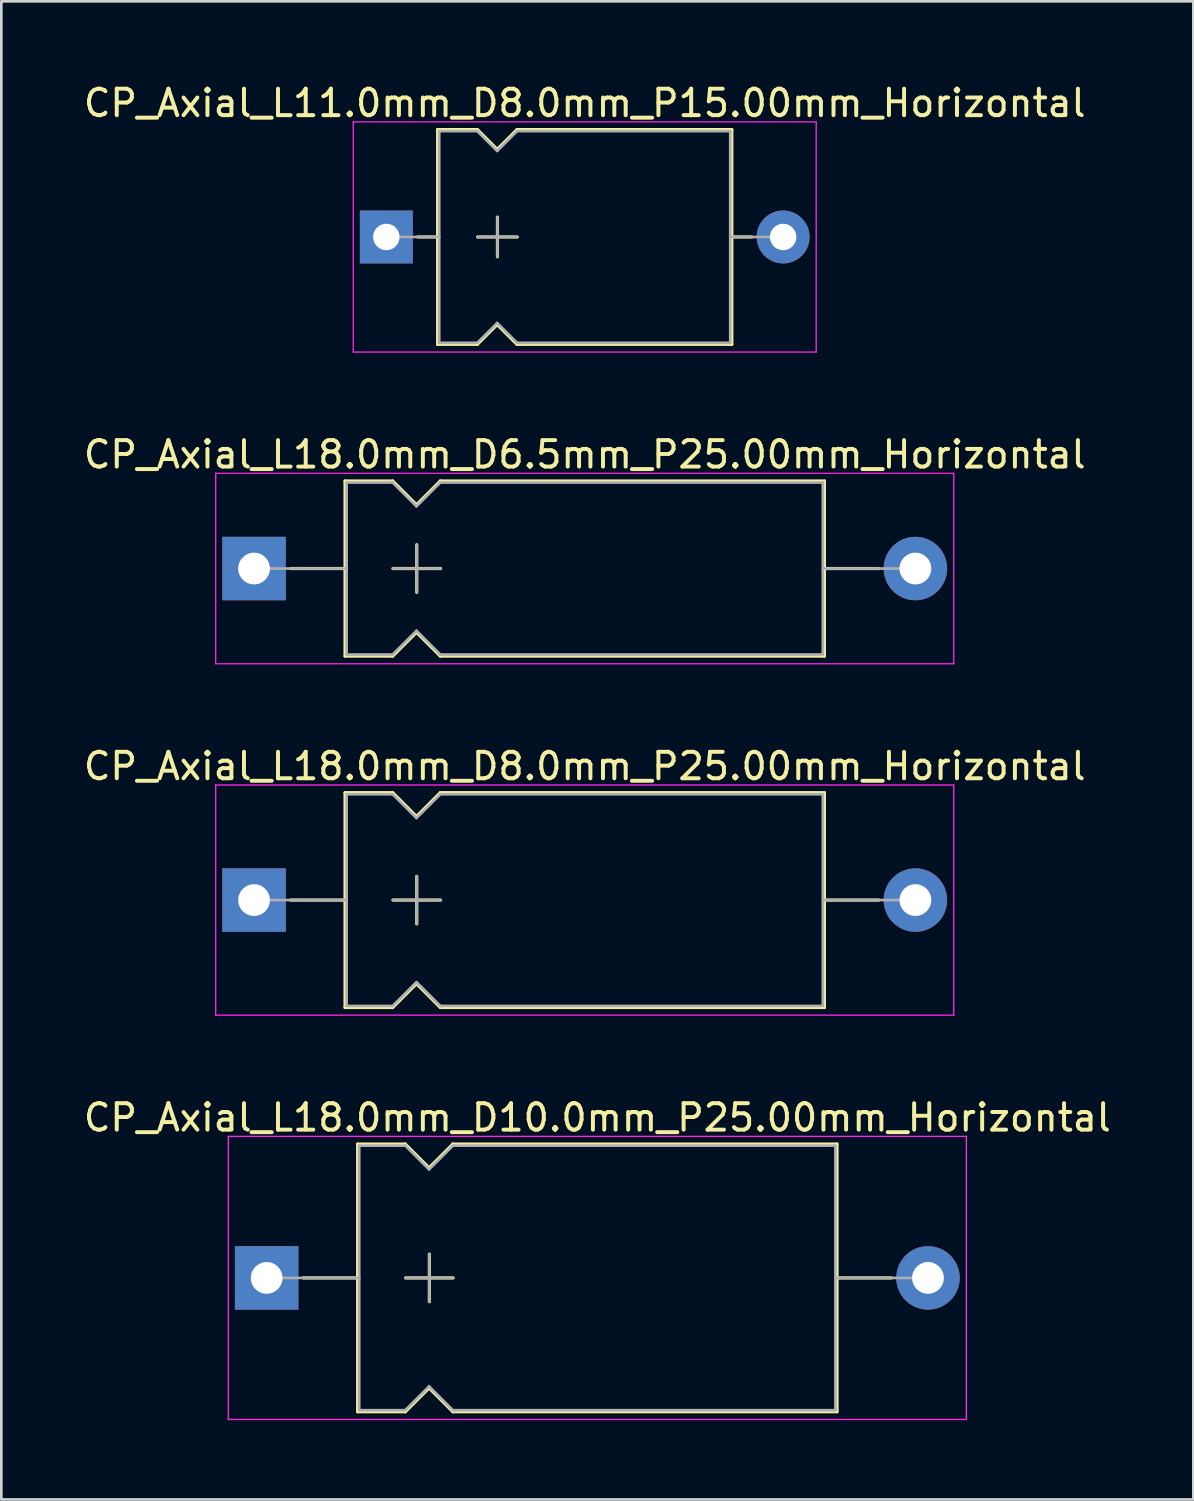
<source format=kicad_pcb>
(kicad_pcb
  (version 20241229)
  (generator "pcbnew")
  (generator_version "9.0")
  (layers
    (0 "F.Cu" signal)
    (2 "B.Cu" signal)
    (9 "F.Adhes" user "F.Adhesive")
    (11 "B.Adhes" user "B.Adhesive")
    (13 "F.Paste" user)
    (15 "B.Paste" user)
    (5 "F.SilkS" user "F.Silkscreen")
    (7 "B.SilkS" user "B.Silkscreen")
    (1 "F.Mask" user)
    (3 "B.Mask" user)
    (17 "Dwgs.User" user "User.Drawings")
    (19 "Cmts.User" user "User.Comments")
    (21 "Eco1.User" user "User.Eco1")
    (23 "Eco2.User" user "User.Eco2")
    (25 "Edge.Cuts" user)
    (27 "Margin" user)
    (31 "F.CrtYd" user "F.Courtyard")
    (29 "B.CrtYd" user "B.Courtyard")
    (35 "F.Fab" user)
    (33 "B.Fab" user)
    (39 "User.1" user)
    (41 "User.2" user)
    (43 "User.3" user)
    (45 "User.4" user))
  (footprint "CP_Axial_L18.0mm_D6.5mm_P25.00mm_Horizontal"
    (layer "F.Cu")
    (at 6.554 18.442)
    (property "Reference" "CP_Axial_L18.0mm_D6.5mm_P25.00mm_Horizontal" (at 12.5 -4.31 0) (layer "F.SilkS") (effects (font (size 1 1) (thickness 0.15))))
    (attr through_hole)
    (fp_line (start 1.38 0) (end 3.44 0) (stroke (width 0.12) (type solid)) (layer "F.SilkS"))
    (fp_line (start 3.44 -3.31) (end 3.44 3.31) (stroke (width 0.12) (type solid)) (layer "F.SilkS"))
    (fp_line (start 3.44 -3.31) (end 5.24 -3.31) (stroke (width 0.12) (type solid)) (layer "F.SilkS"))
    (fp_line (start 3.44 3.31) (end 5.24 3.31) (stroke (width 0.12) (type solid)) (layer "F.SilkS"))
    (fp_line (start 5.24 -3.31) (end 6.14 -2.41) (stroke (width 0.12) (type solid)) (layer "F.SilkS"))
    (fp_line (start 5.24 3.31) (end 6.14 2.41) (stroke (width 0.12) (type solid)) (layer "F.SilkS"))
    (fp_line (start 5.25 0) (end 7.05 0) (stroke (width 0.12) (type solid)) (layer "F.SilkS"))
    (fp_line (start 6.14 -2.41) (end 7.04 -3.31) (stroke (width 0.12) (type solid)) (layer "F.SilkS"))
    (fp_line (start 6.14 2.41) (end 7.04 3.31) (stroke (width 0.12) (type solid)) (layer "F.SilkS"))
    (fp_line (start 6.15 -0.9) (end 6.15 0.9) (stroke (width 0.12) (type solid)) (layer "F.SilkS"))
    (fp_line (start 7.04 -3.31) (end 21.56 -3.31) (stroke (width 0.12) (type solid)) (layer "F.SilkS"))
    (fp_line (start 7.04 3.31) (end 21.56 3.31) (stroke (width 0.12) (type solid)) (layer "F.SilkS"))
    (fp_line (start 21.56 -3.31) (end 21.56 3.31) (stroke (width 0.12) (type solid)) (layer "F.SilkS"))
    (fp_line (start 23.62 0) (end 21.56 0) (stroke (width 0.12) (type solid)) (layer "F.SilkS"))
    (fp_line (start -1.45 -3.6) (end -1.45 3.6) (stroke (width 0.05) (type solid)) (layer "F.CrtYd"))
    (fp_line (start -1.45 3.6) (end 26.45 3.6) (stroke (width 0.05) (type solid)) (layer "F.CrtYd"))
    (fp_line (start 26.45 -3.6) (end -1.45 -3.6) (stroke (width 0.05) (type solid)) (layer "F.CrtYd"))
    (fp_line (start 26.45 3.6) (end 26.45 -3.6) (stroke (width 0.05) (type solid)) (layer "F.CrtYd"))
    (fp_line (start 0 0) (end 3.5 0) (stroke (width 0.1) (type solid)) (layer "F.Fab"))
    (fp_line (start 3.5 -3.25) (end 3.5 3.25) (stroke (width 0.1) (type solid)) (layer "F.Fab"))
    (fp_line (start 3.5 -3.25) (end 5.24 -3.25) (stroke (width 0.1) (type solid)) (layer "F.Fab"))
    (fp_line (start 3.5 3.25) (end 5.24 3.25) (stroke (width 0.1) (type solid)) (layer "F.Fab"))
    (fp_line (start 5.24 -3.25) (end 6.14 -2.35) (stroke (width 0.1) (type solid)) (layer "F.Fab"))
    (fp_line (start 5.24 3.25) (end 6.14 2.35) (stroke (width 0.1) (type solid)) (layer "F.Fab"))
    (fp_line (start 5.25 0) (end 7.05 0) (stroke (width 0.1) (type solid)) (layer "F.Fab"))
    (fp_line (start 6.14 -2.35) (end 7.04 -3.25) (stroke (width 0.1) (type solid)) (layer "F.Fab"))
    (fp_line (start 6.14 2.35) (end 7.04 3.25) (stroke (width 0.1) (type solid)) (layer "F.Fab"))
    (fp_line (start 6.15 -0.9) (end 6.15 0.9) (stroke (width 0.1) (type solid)) (layer "F.Fab"))
    (fp_line (start 7.04 -3.25) (end 21.5 -3.25) (stroke (width 0.1) (type solid)) (layer "F.Fab"))
    (fp_line (start 7.04 3.25) (end 21.5 3.25) (stroke (width 0.1) (type solid)) (layer "F.Fab"))
    (fp_line (start 21.5 -3.25) (end 21.5 3.25) (stroke (width 0.1) (type solid)) (layer "F.Fab"))
    (fp_line (start 25 0) (end 21.5 0) (stroke (width 0.1) (type solid)) (layer "F.Fab"))
    (pad "1" thru_hole rect (at 0 0) (size 2.4 2.4) (drill 1.2) (layers "*.Cu" "*.Mask"))
    (pad "2" thru_hole oval (at 25 0) (size 2.4 2.4) (drill 1.2) (layers "*.Cu" "*.Mask")))
  (footprint "CP_Axial_L18.0mm_D8.0mm_P25.00mm_Horizontal"
    (layer "F.Cu")
    (at 6.554 30.975)
    (property "Reference" "CP_Axial_L18.0mm_D8.0mm_P25.00mm_Horizontal" (at 12.5 -5.06 0) (layer "F.SilkS") (effects (font (size 1 1) (thickness 0.15))))
    (attr through_hole)
    (fp_line (start 1.38 0) (end 3.44 0) (stroke (width 0.12) (type solid)) (layer "F.SilkS"))
    (fp_line (start 3.44 -4.06) (end 3.44 4.06) (stroke (width 0.12) (type solid)) (layer "F.SilkS"))
    (fp_line (start 3.44 -4.06) (end 5.24 -4.06) (stroke (width 0.12) (type solid)) (layer "F.SilkS"))
    (fp_line (start 3.44 4.06) (end 5.24 4.06) (stroke (width 0.12) (type solid)) (layer "F.SilkS"))
    (fp_line (start 5.24 -4.06) (end 6.14 -3.16) (stroke (width 0.12) (type solid)) (layer "F.SilkS"))
    (fp_line (start 5.24 4.06) (end 6.14 3.16) (stroke (width 0.12) (type solid)) (layer "F.SilkS"))
    (fp_line (start 5.25 0) (end 7.05 0) (stroke (width 0.12) (type solid)) (layer "F.SilkS"))
    (fp_line (start 6.14 -3.16) (end 7.04 -4.06) (stroke (width 0.12) (type solid)) (layer "F.SilkS"))
    (fp_line (start 6.14 3.16) (end 7.04 4.06) (stroke (width 0.12) (type solid)) (layer "F.SilkS"))
    (fp_line (start 6.15 -0.9) (end 6.15 0.9) (stroke (width 0.12) (type solid)) (layer "F.SilkS"))
    (fp_line (start 7.04 -4.06) (end 21.56 -4.06) (stroke (width 0.12) (type solid)) (layer "F.SilkS"))
    (fp_line (start 7.04 4.06) (end 21.56 4.06) (stroke (width 0.12) (type solid)) (layer "F.SilkS"))
    (fp_line (start 21.56 -4.06) (end 21.56 4.06) (stroke (width 0.12) (type solid)) (layer "F.SilkS"))
    (fp_line (start 23.62 0) (end 21.56 0) (stroke (width 0.12) (type solid)) (layer "F.SilkS"))
    (fp_line (start -1.45 -4.35) (end -1.45 4.35) (stroke (width 0.05) (type solid)) (layer "F.CrtYd"))
    (fp_line (start -1.45 4.35) (end 26.45 4.35) (stroke (width 0.05) (type solid)) (layer "F.CrtYd"))
    (fp_line (start 26.45 -4.35) (end -1.45 -4.35) (stroke (width 0.05) (type solid)) (layer "F.CrtYd"))
    (fp_line (start 26.45 4.35) (end 26.45 -4.35) (stroke (width 0.05) (type solid)) (layer "F.CrtYd"))
    (fp_line (start 0 0) (end 3.5 0) (stroke (width 0.1) (type solid)) (layer "F.Fab"))
    (fp_line (start 3.5 -4) (end 3.5 4) (stroke (width 0.1) (type solid)) (layer "F.Fab"))
    (fp_line (start 3.5 -4) (end 5.24 -4) (stroke (width 0.1) (type solid)) (layer "F.Fab"))
    (fp_line (start 3.5 4) (end 5.24 4) (stroke (width 0.1) (type solid)) (layer "F.Fab"))
    (fp_line (start 5.24 -4) (end 6.14 -3.1) (stroke (width 0.1) (type solid)) (layer "F.Fab"))
    (fp_line (start 5.24 4) (end 6.14 3.1) (stroke (width 0.1) (type solid)) (layer "F.Fab"))
    (fp_line (start 5.25 0) (end 7.05 0) (stroke (width 0.1) (type solid)) (layer "F.Fab"))
    (fp_line (start 6.14 -3.1) (end 7.04 -4) (stroke (width 0.1) (type solid)) (layer "F.Fab"))
    (fp_line (start 6.14 3.1) (end 7.04 4) (stroke (width 0.1) (type solid)) (layer "F.Fab"))
    (fp_line (start 6.15 -0.9) (end 6.15 0.9) (stroke (width 0.1) (type solid)) (layer "F.Fab"))
    (fp_line (start 7.04 -4) (end 21.5 -4) (stroke (width 0.1) (type solid)) (layer "F.Fab"))
    (fp_line (start 7.04 4) (end 21.5 4) (stroke (width 0.1) (type solid)) (layer "F.Fab"))
    (fp_line (start 21.5 -4) (end 21.5 4) (stroke (width 0.1) (type solid)) (layer "F.Fab"))
    (fp_line (start 25 0) (end 21.5 0) (stroke (width 0.1) (type solid)) (layer "F.Fab"))
    (pad "1" thru_hole rect (at 0 0) (size 2.4 2.4) (drill 1.2) (layers "*.Cu" "*.Mask"))
    (pad "2" thru_hole oval (at 25 0) (size 2.4 2.4) (drill 1.2) (layers "*.Cu" "*.Mask")))
  (footprint "CP_Axial_L18.0mm_D10.0mm_P25.00mm_Horizontal"
    (layer "F.Cu")
    (at 7.03 45.258)
    (property "Reference" "CP_Axial_L18.0mm_D10.0mm_P25.00mm_Horizontal" (at 12.5 -6.06 0) (layer "F.SilkS") (effects (font (size 1 1) (thickness 0.15))))
    (attr through_hole)
    (fp_line (start 1.38 0) (end 3.44 0) (stroke (width 0.12) (type solid)) (layer "F.SilkS"))
    (fp_line (start 3.44 -5.06) (end 3.44 5.06) (stroke (width 0.12) (type solid)) (layer "F.SilkS"))
    (fp_line (start 3.44 -5.06) (end 5.24 -5.06) (stroke (width 0.12) (type solid)) (layer "F.SilkS"))
    (fp_line (start 3.44 5.06) (end 5.24 5.06) (stroke (width 0.12) (type solid)) (layer "F.SilkS"))
    (fp_line (start 5.24 -5.06) (end 6.14 -4.16) (stroke (width 0.12) (type solid)) (layer "F.SilkS"))
    (fp_line (start 5.24 5.06) (end 6.14 4.16) (stroke (width 0.12) (type solid)) (layer "F.SilkS"))
    (fp_line (start 5.25 0) (end 7.05 0) (stroke (width 0.12) (type solid)) (layer "F.SilkS"))
    (fp_line (start 6.14 -4.16) (end 7.04 -5.06) (stroke (width 0.12) (type solid)) (layer "F.SilkS"))
    (fp_line (start 6.14 4.16) (end 7.04 5.06) (stroke (width 0.12) (type solid)) (layer "F.SilkS"))
    (fp_line (start 6.15 -0.9) (end 6.15 0.9) (stroke (width 0.12) (type solid)) (layer "F.SilkS"))
    (fp_line (start 7.04 -5.06) (end 21.56 -5.06) (stroke (width 0.12) (type solid)) (layer "F.SilkS"))
    (fp_line (start 7.04 5.06) (end 21.56 5.06) (stroke (width 0.12) (type solid)) (layer "F.SilkS"))
    (fp_line (start 21.56 -5.06) (end 21.56 5.06) (stroke (width 0.12) (type solid)) (layer "F.SilkS"))
    (fp_line (start 23.62 0) (end 21.56 0) (stroke (width 0.12) (type solid)) (layer "F.SilkS"))
    (fp_line (start -1.45 -5.35) (end -1.45 5.35) (stroke (width 0.05) (type solid)) (layer "F.CrtYd"))
    (fp_line (start -1.45 5.35) (end 26.45 5.35) (stroke (width 0.05) (type solid)) (layer "F.CrtYd"))
    (fp_line (start 26.45 -5.35) (end -1.45 -5.35) (stroke (width 0.05) (type solid)) (layer "F.CrtYd"))
    (fp_line (start 26.45 5.35) (end 26.45 -5.35) (stroke (width 0.05) (type solid)) (layer "F.CrtYd"))
    (fp_line (start 0 0) (end 3.5 0) (stroke (width 0.1) (type solid)) (layer "F.Fab"))
    (fp_line (start 3.5 -5) (end 3.5 5) (stroke (width 0.1) (type solid)) (layer "F.Fab"))
    (fp_line (start 3.5 -5) (end 5.24 -5) (stroke (width 0.1) (type solid)) (layer "F.Fab"))
    (fp_line (start 3.5 5) (end 5.24 5) (stroke (width 0.1) (type solid)) (layer "F.Fab"))
    (fp_line (start 5.24 -5) (end 6.14 -4.1) (stroke (width 0.1) (type solid)) (layer "F.Fab"))
    (fp_line (start 5.24 5) (end 6.14 4.1) (stroke (width 0.1) (type solid)) (layer "F.Fab"))
    (fp_line (start 5.25 0) (end 7.05 0) (stroke (width 0.1) (type solid)) (layer "F.Fab"))
    (fp_line (start 6.14 -4.1) (end 7.04 -5) (stroke (width 0.1) (type solid)) (layer "F.Fab"))
    (fp_line (start 6.14 4.1) (end 7.04 5) (stroke (width 0.1) (type solid)) (layer "F.Fab"))
    (fp_line (start 6.15 -0.9) (end 6.15 0.9) (stroke (width 0.1) (type solid)) (layer "F.Fab"))
    (fp_line (start 7.04 -5) (end 21.5 -5) (stroke (width 0.1) (type solid)) (layer "F.Fab"))
    (fp_line (start 7.04 5) (end 21.5 5) (stroke (width 0.1) (type solid)) (layer "F.Fab"))
    (fp_line (start 21.5 -5) (end 21.5 5) (stroke (width 0.1) (type solid)) (layer "F.Fab"))
    (fp_line (start 25 0) (end 21.5 0) (stroke (width 0.1) (type solid)) (layer "F.Fab"))
    (pad "1" thru_hole rect (at 0 0) (size 2.4 2.4) (drill 1.2) (layers "*.Cu" "*.Mask"))
    (pad "2" thru_hole oval (at 25 0) (size 2.4 2.4) (drill 1.2) (layers "*.Cu" "*.Mask")))
  (footprint "CP_Axial_L11.0mm_D8.0mm_P15.00mm_Horizontal"
    (layer "F.Cu")
    (at 11.554 5.908)
    (property "Reference" "CP_Axial_L11.0mm_D8.0mm_P15.00mm_Horizontal" (at 7.5 -5.06 0) (layer "F.SilkS") (effects (font (size 1 1) (thickness 0.15))))
    (attr through_hole)
    (fp_line (start 1.18 0) (end 1.94 0) (stroke (width 0.12) (type solid)) (layer "F.SilkS"))
    (fp_line (start 1.94 -4.06) (end 1.94 4.06) (stroke (width 0.12) (type solid)) (layer "F.SilkS"))
    (fp_line (start 1.94 -4.06) (end 3.44 -4.06) (stroke (width 0.12) (type solid)) (layer "F.SilkS"))
    (fp_line (start 1.94 4.06) (end 3.44 4.06) (stroke (width 0.12) (type solid)) (layer "F.SilkS"))
    (fp_line (start 3.44 -4.06) (end 4.19 -3.31) (stroke (width 0.12) (type solid)) (layer "F.SilkS"))
    (fp_line (start 3.44 4.06) (end 4.19 3.31) (stroke (width 0.12) (type solid)) (layer "F.SilkS"))
    (fp_line (start 3.45 0) (end 4.95 0) (stroke (width 0.12) (type solid)) (layer "F.SilkS"))
    (fp_line (start 4.19 -3.31) (end 4.94 -4.06) (stroke (width 0.12) (type solid)) (layer "F.SilkS"))
    (fp_line (start 4.19 3.31) (end 4.94 4.06) (stroke (width 0.12) (type solid)) (layer "F.SilkS"))
    (fp_line (start 4.2 -0.75) (end 4.2 0.75) (stroke (width 0.12) (type solid)) (layer "F.SilkS"))
    (fp_line (start 4.94 -4.06) (end 13.06 -4.06) (stroke (width 0.12) (type solid)) (layer "F.SilkS"))
    (fp_line (start 4.94 4.06) (end 13.06 4.06) (stroke (width 0.12) (type solid)) (layer "F.SilkS"))
    (fp_line (start 13.06 -4.06) (end 13.06 4.06) (stroke (width 0.12) (type solid)) (layer "F.SilkS"))
    (fp_line (start 13.82 0) (end 13.06 0) (stroke (width 0.12) (type solid)) (layer "F.SilkS"))
    (fp_line (start -1.25 -4.35) (end -1.25 4.35) (stroke (width 0.05) (type solid)) (layer "F.CrtYd"))
    (fp_line (start -1.25 4.35) (end 16.25 4.35) (stroke (width 0.05) (type solid)) (layer "F.CrtYd"))
    (fp_line (start 16.25 -4.35) (end -1.25 -4.35) (stroke (width 0.05) (type solid)) (layer "F.CrtYd"))
    (fp_line (start 16.25 4.35) (end 16.25 -4.35) (stroke (width 0.05) (type solid)) (layer "F.CrtYd"))
    (fp_line (start 0 0) (end 2 0) (stroke (width 0.1) (type solid)) (layer "F.Fab"))
    (fp_line (start 2 -4) (end 2 4) (stroke (width 0.1) (type solid)) (layer "F.Fab"))
    (fp_line (start 2 -4) (end 3.44 -4) (stroke (width 0.1) (type solid)) (layer "F.Fab"))
    (fp_line (start 2 4) (end 3.44 4) (stroke (width 0.1) (type solid)) (layer "F.Fab"))
    (fp_line (start 3.44 -4) (end 4.19 -3.25) (stroke (width 0.1) (type solid)) (layer "F.Fab"))
    (fp_line (start 3.44 4) (end 4.19 3.25) (stroke (width 0.1) (type solid)) (layer "F.Fab"))
    (fp_line (start 3.45 0) (end 4.95 0) (stroke (width 0.1) (type solid)) (layer "F.Fab"))
    (fp_line (start 4.19 -3.25) (end 4.94 -4) (stroke (width 0.1) (type solid)) (layer "F.Fab"))
    (fp_line (start 4.19 3.25) (end 4.94 4) (stroke (width 0.1) (type solid)) (layer "F.Fab"))
    (fp_line (start 4.2 -0.75) (end 4.2 0.75) (stroke (width 0.1) (type solid)) (layer "F.Fab"))
    (fp_line (start 4.94 -4) (end 13 -4) (stroke (width 0.1) (type solid)) (layer "F.Fab"))
    (fp_line (start 4.94 4) (end 13 4) (stroke (width 0.1) (type solid)) (layer "F.Fab"))
    (fp_line (start 13 -4) (end 13 4) (stroke (width 0.1) (type solid)) (layer "F.Fab"))
    (fp_line (start 15 0) (end 13 0) (stroke (width 0.1) (type solid)) (layer "F.Fab"))
    (pad "1" thru_hole rect (at 0 0) (size 2 2) (drill 1) (layers "*.Cu" "*.Mask"))
    (pad "2" thru_hole oval (at 15 0) (size 2 2) (drill 1) (layers "*.Cu" "*.Mask")))
  (gr_rect
    (start -3 -3)
    (end 42.06 53.633)
    (stroke (width 0.1) (type default))
    (fill no)
    (layer "Edge.Cuts")))
</source>
